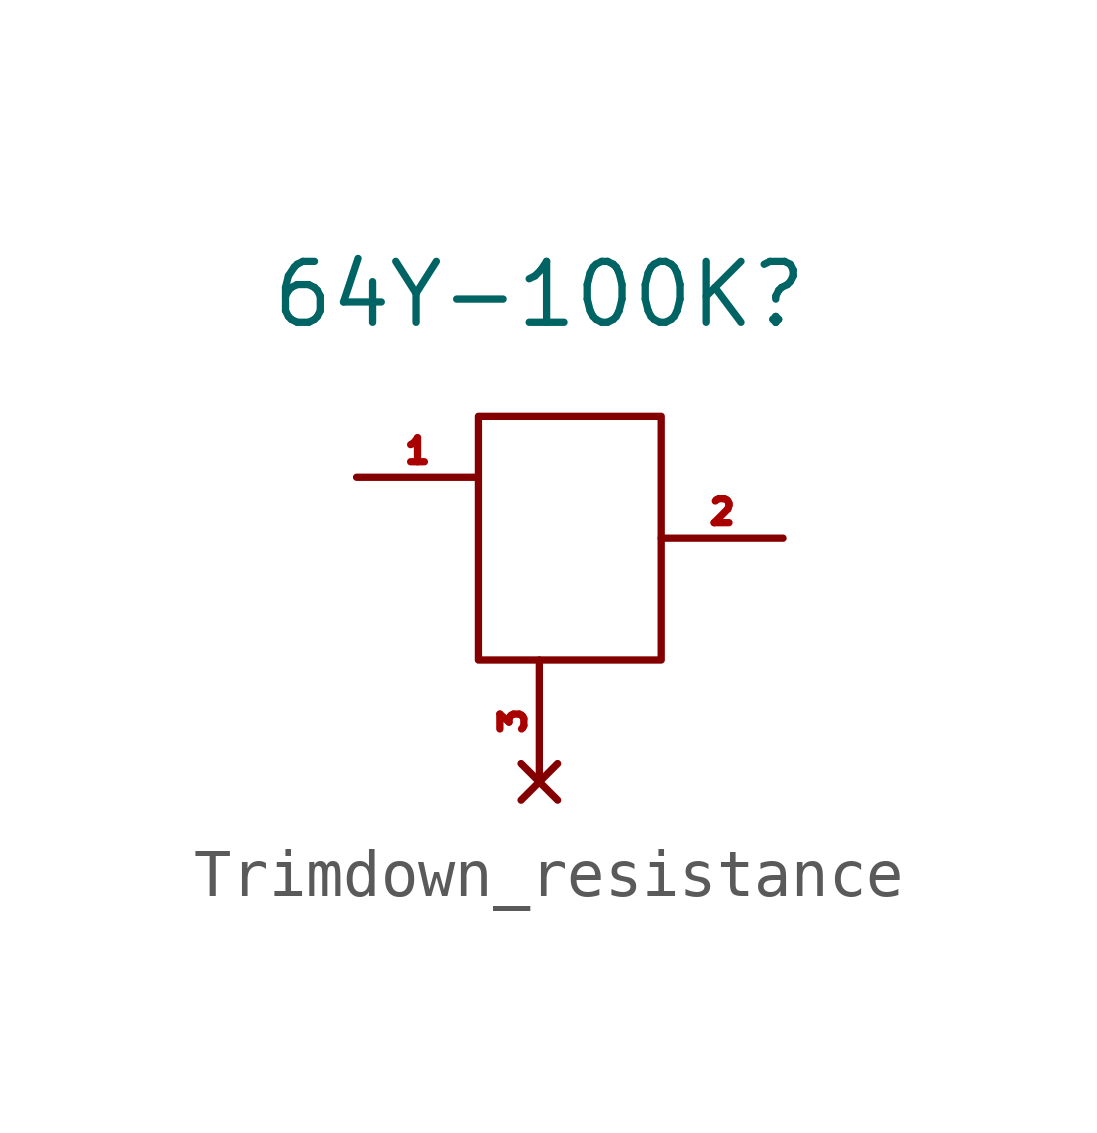
<source format=kicad_sym>
(kicad_symbol_lib
  (version 20220914)
  (generator kicad_symbol_editor)
  (symbol "Trimdown_resistance"
    (property "Reference" "64Y-100K"
      (at 0 1.27 0)
      (effects (font (size 1.27 1.27))))
    (property "Value" ""
      (at 0 0 0)
      (effects (font (size 1.27 1.27))))
    (symbol "Trimdown_resistance_0_1"
      (rectangle (start -1.27 -1.27) (end 2.54 -6.35) (stroke (width 0) (type default)) (fill (type none))))
    (symbol "Trimdown_resistance_1_1"
      (pin bidirectional line (at -3.81 -2.54 0) (length 2.54) (name "" (effects (font (size 0.5 0.5)))) (number "1" (effects (font (size 0.5 0.5)))))
      (pin input line (at 5.08 -3.81 180) (length 2.54) (name "" (effects (font (size 0.5 0.5)))) (number "2" (effects (font (size 0.5 0.5)))))
      (pin no_connect line (at 0 -8.89 90) (length 2.54) (name "" (effects (font (size 0.5 0.5)))) (number "3" (effects (font (size 0.5 0.5))))))))
</source>
